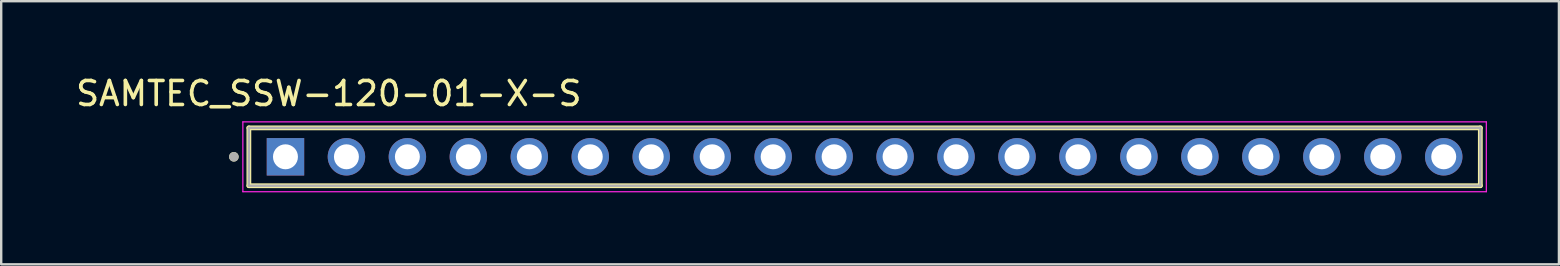
<source format=kicad_pcb>
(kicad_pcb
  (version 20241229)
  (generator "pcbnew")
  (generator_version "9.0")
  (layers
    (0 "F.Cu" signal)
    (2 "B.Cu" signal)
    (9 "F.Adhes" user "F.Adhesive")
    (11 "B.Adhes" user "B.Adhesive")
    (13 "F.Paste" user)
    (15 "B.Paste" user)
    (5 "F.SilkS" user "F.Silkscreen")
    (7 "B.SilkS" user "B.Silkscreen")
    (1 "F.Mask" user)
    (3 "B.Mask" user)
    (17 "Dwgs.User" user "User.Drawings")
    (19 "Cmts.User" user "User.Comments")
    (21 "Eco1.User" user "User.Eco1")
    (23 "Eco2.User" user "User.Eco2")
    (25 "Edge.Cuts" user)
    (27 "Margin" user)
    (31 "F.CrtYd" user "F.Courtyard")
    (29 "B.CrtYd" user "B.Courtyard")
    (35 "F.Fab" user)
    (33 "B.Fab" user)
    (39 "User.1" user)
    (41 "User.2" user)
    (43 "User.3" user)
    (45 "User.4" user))
  (footprint "SAMTEC_SSW-120-01-X-S"
    (layer "F.Cu")
    (at 32.974 3.483)
    (property "Reference" "SAMTEC_SSW-120-01-X-S" (at -22.325 -2.635 0) (layer "F.SilkS") (effects (font (size 1 1) (thickness 0.15))))
    (attr through_hole)
    (fp_line (start -25.655 -1.205) (end 25.655 -1.205) (stroke (width 0.2) (type solid)) (layer "F.SilkS"))
    (fp_line (start -25.655 1.205) (end -25.655 -1.205) (stroke (width 0.2) (type solid)) (layer "F.SilkS"))
    (fp_line (start 25.655 -1.205) (end 25.655 1.205) (stroke (width 0.2) (type solid)) (layer "F.SilkS"))
    (fp_line (start 25.655 1.205) (end -25.655 1.205) (stroke (width 0.2) (type solid)) (layer "F.SilkS"))
    (fp_circle (center -26.28 0) (end -26.18 0) (stroke (width 0.2) (type solid)) (fill no) (layer "F.SilkS"))
    (fp_line (start -25.905 -1.455) (end 25.905 -1.455) (stroke (width 0.05) (type solid)) (layer "F.CrtYd"))
    (fp_line (start -25.905 1.455) (end -25.905 -1.455) (stroke (width 0.05) (type solid)) (layer "F.CrtYd"))
    (fp_line (start 25.905 -1.455) (end 25.905 1.455) (stroke (width 0.05) (type solid)) (layer "F.CrtYd"))
    (fp_line (start 25.905 1.455) (end -25.905 1.455) (stroke (width 0.05) (type solid)) (layer "F.CrtYd"))
    (fp_line (start -25.655 -1.205) (end 25.655 -1.205) (stroke (width 0.1) (type solid)) (layer "F.Fab"))
    (fp_line (start -25.655 1.205) (end -25.655 -1.205) (stroke (width 0.1) (type solid)) (layer "F.Fab"))
    (fp_line (start 25.655 -1.205) (end 25.655 1.205) (stroke (width 0.1) (type solid)) (layer "F.Fab"))
    (fp_line (start 25.655 1.205) (end -25.655 1.205) (stroke (width 0.1) (type solid)) (layer "F.Fab"))
    (fp_circle (center -26.28 0) (end -26.18 0) (stroke (width 0.2) (type solid)) (fill no) (layer "F.Fab"))
    (pad "01" thru_hole rect (at -24.13 0) (size 1.56 1.56) (drill 1.04) (layers "*.Cu" "*.Mask"))
    (pad "02" thru_hole circle (at -21.59 0) (size 1.56 1.56) (drill 1.04) (layers "*.Cu" "*.Mask"))
    (pad "03" thru_hole circle (at -19.05 0) (size 1.56 1.56) (drill 1.04) (layers "*.Cu" "*.Mask"))
    (pad "04" thru_hole circle (at -16.51 0) (size 1.56 1.56) (drill 1.04) (layers "*.Cu" "*.Mask"))
    (pad "05" thru_hole circle (at -13.97 0) (size 1.56 1.56) (drill 1.04) (layers "*.Cu" "*.Mask"))
    (pad "06" thru_hole circle (at -11.43 0) (size 1.56 1.56) (drill 1.04) (layers "*.Cu" "*.Mask"))
    (pad "07" thru_hole circle (at -8.89 0) (size 1.56 1.56) (drill 1.04) (layers "*.Cu" "*.Mask"))
    (pad "08" thru_hole circle (at -6.35 0) (size 1.56 1.56) (drill 1.04) (layers "*.Cu" "*.Mask"))
    (pad "09" thru_hole circle (at -3.81 0) (size 1.56 1.56) (drill 1.04) (layers "*.Cu" "*.Mask"))
    (pad "10" thru_hole circle (at -1.27 0) (size 1.56 1.56) (drill 1.04) (layers "*.Cu" "*.Mask"))
    (pad "11" thru_hole circle (at 1.27 0) (size 1.56 1.56) (drill 1.04) (layers "*.Cu" "*.Mask"))
    (pad "12" thru_hole circle (at 3.81 0) (size 1.56 1.56) (drill 1.04) (layers "*.Cu" "*.Mask"))
    (pad "13" thru_hole circle (at 6.35 0) (size 1.56 1.56) (drill 1.04) (layers "*.Cu" "*.Mask"))
    (pad "14" thru_hole circle (at 8.89 0) (size 1.56 1.56) (drill 1.04) (layers "*.Cu" "*.Mask"))
    (pad "15" thru_hole circle (at 11.43 0) (size 1.56 1.56) (drill 1.04) (layers "*.Cu" "*.Mask"))
    (pad "16" thru_hole circle (at 13.97 0) (size 1.56 1.56) (drill 1.04) (layers "*.Cu" "*.Mask"))
    (pad "17" thru_hole circle (at 16.51 0) (size 1.56 1.56) (drill 1.04) (layers "*.Cu" "*.Mask"))
    (pad "18" thru_hole circle (at 19.05 0) (size 1.56 1.56) (drill 1.04) (layers "*.Cu" "*.Mask"))
    (pad "19" thru_hole circle (at 21.59 0) (size 1.56 1.56) (drill 1.04) (layers "*.Cu" "*.Mask"))
    (pad "20" thru_hole circle (at 24.13 0) (size 1.56 1.56) (drill 1.04) (layers "*.Cu" "*.Mask")))
  (gr_rect
    (start -3 -3)
    (end 61.904 7.963)
    (stroke (width 0.1) (type default))
    (fill no)
    (layer "Edge.Cuts")))
</source>
